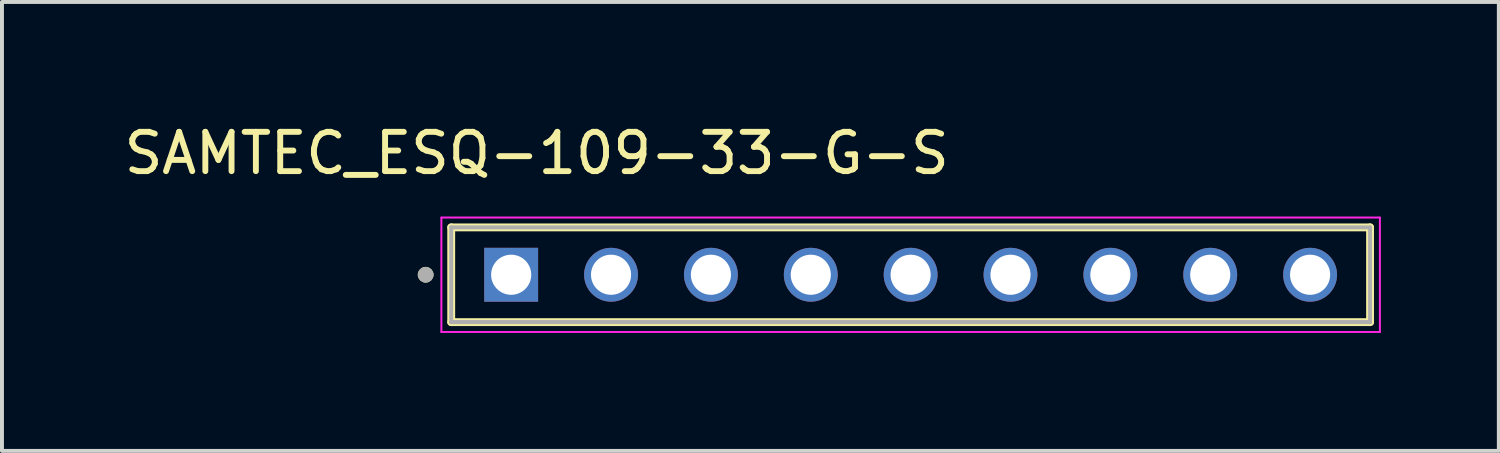
<source format=kicad_pcb>
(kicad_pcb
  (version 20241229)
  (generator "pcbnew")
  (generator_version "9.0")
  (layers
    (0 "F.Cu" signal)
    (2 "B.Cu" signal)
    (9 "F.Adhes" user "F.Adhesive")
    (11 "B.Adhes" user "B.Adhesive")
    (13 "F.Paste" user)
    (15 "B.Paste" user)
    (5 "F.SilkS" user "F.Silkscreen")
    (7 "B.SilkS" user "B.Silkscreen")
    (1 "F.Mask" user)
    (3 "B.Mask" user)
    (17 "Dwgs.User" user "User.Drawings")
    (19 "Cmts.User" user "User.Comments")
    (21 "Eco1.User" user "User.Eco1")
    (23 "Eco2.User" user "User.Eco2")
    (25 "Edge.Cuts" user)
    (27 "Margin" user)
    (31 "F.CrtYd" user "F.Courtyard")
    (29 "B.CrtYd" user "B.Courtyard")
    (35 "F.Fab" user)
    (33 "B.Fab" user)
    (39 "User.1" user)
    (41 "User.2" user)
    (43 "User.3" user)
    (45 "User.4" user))
  (footprint "SAMTEC_ESQ-109-33-G-S"
    (layer "F.Cu")
    (at 9.951 3.938)
    (property "Reference" "SAMTEC_ESQ-109-33-G-S" (at 0.65 -3.09 0) (layer "F.SilkS") (effects (font (size 1 1) (thickness 0.15))))
    (attr through_hole)
    (fp_line (start -1.525 1.205) (end -1.525 -1.205) (stroke (width 0.2) (type solid)) (layer "F.SilkS"))
    (fp_line (start 21.845 -1.205) (end -1.525 -1.205) (stroke (width 0.2) (type solid)) (layer "F.SilkS"))
    (fp_line (start 21.845 -1.205) (end 21.845 1.205) (stroke (width 0.2) (type solid)) (layer "F.SilkS"))
    (fp_line (start 21.845 1.205) (end -1.525 1.205) (stroke (width 0.2) (type solid)) (layer "F.SilkS"))
    (fp_circle (center -2.175 0) (end -2.075 0) (stroke (width 0.2) (type solid)) (fill no) (layer "F.SilkS"))
    (fp_line (start -1.775 -1.455) (end 22.095 -1.455) (stroke (width 0.05) (type solid)) (layer "F.CrtYd"))
    (fp_line (start -1.775 1.455) (end -1.775 -1.455) (stroke (width 0.05) (type solid)) (layer "F.CrtYd"))
    (fp_line (start 22.095 -1.455) (end 22.095 1.455) (stroke (width 0.05) (type solid)) (layer "F.CrtYd"))
    (fp_line (start 22.095 1.455) (end -1.775 1.455) (stroke (width 0.05) (type solid)) (layer "F.CrtYd"))
    (fp_line (start -1.525 -1.205) (end 21.845 -1.205) (stroke (width 0.1) (type solid)) (layer "F.Fab"))
    (fp_line (start -1.525 1.205) (end -1.525 -1.205) (stroke (width 0.1) (type solid)) (layer "F.Fab"))
    (fp_line (start -1.525 1.205) (end -1.525 1.205) (stroke (width 0.1) (type solid)) (layer "F.Fab"))
    (fp_line (start -1.525 1.205) (end 21.845 1.205) (stroke (width 0.1) (type solid)) (layer "F.Fab"))
    (fp_line (start 21.845 -1.205) (end 21.845 1.205) (stroke (width 0.1) (type solid)) (layer "F.Fab"))
    (fp_line (start 21.845 1.205) (end -1.525 1.205) (stroke (width 0.1) (type solid)) (layer "F.Fab"))
    (fp_line (start 21.845 1.205) (end 21.845 1.205) (stroke (width 0.1) (type solid)) (layer "F.Fab"))
    (fp_circle (center -2.175 0) (end -2.075 0) (stroke (width 0.2) (type solid)) (fill no) (layer "F.Fab"))
    (pad "01" thru_hole rect (at 0 0) (size 1.37 1.37) (drill 1.02) (layers "*.Cu" "*.Mask"))
    (pad "02" thru_hole circle (at 2.54 0) (size 1.37 1.37) (drill 1.02) (layers "*.Cu" "*.Mask"))
    (pad "03" thru_hole circle (at 5.08 0) (size 1.37 1.37) (drill 1.02) (layers "*.Cu" "*.Mask"))
    (pad "04" thru_hole circle (at 7.62 0) (size 1.37 1.37) (drill 1.02) (layers "*.Cu" "*.Mask"))
    (pad "05" thru_hole circle (at 10.16 0) (size 1.37 1.37) (drill 1.02) (layers "*.Cu" "*.Mask"))
    (pad "06" thru_hole circle (at 12.7 0) (size 1.37 1.37) (drill 1.02) (layers "*.Cu" "*.Mask"))
    (pad "07" thru_hole circle (at 15.24 0) (size 1.37 1.37) (drill 1.02) (layers "*.Cu" "*.Mask"))
    (pad "08" thru_hole circle (at 17.78 0) (size 1.37 1.37) (drill 1.02) (layers "*.Cu" "*.Mask"))
    (pad "09" thru_hole circle (at 20.32 0) (size 1.37 1.37) (drill 1.02) (layers "*.Cu" "*.Mask")))
  (gr_rect
    (start -3 -3)
    (end 35.071 8.418)
    (stroke (width 0.1) (type default))
    (fill no)
    (layer "Edge.Cuts")))
</source>
